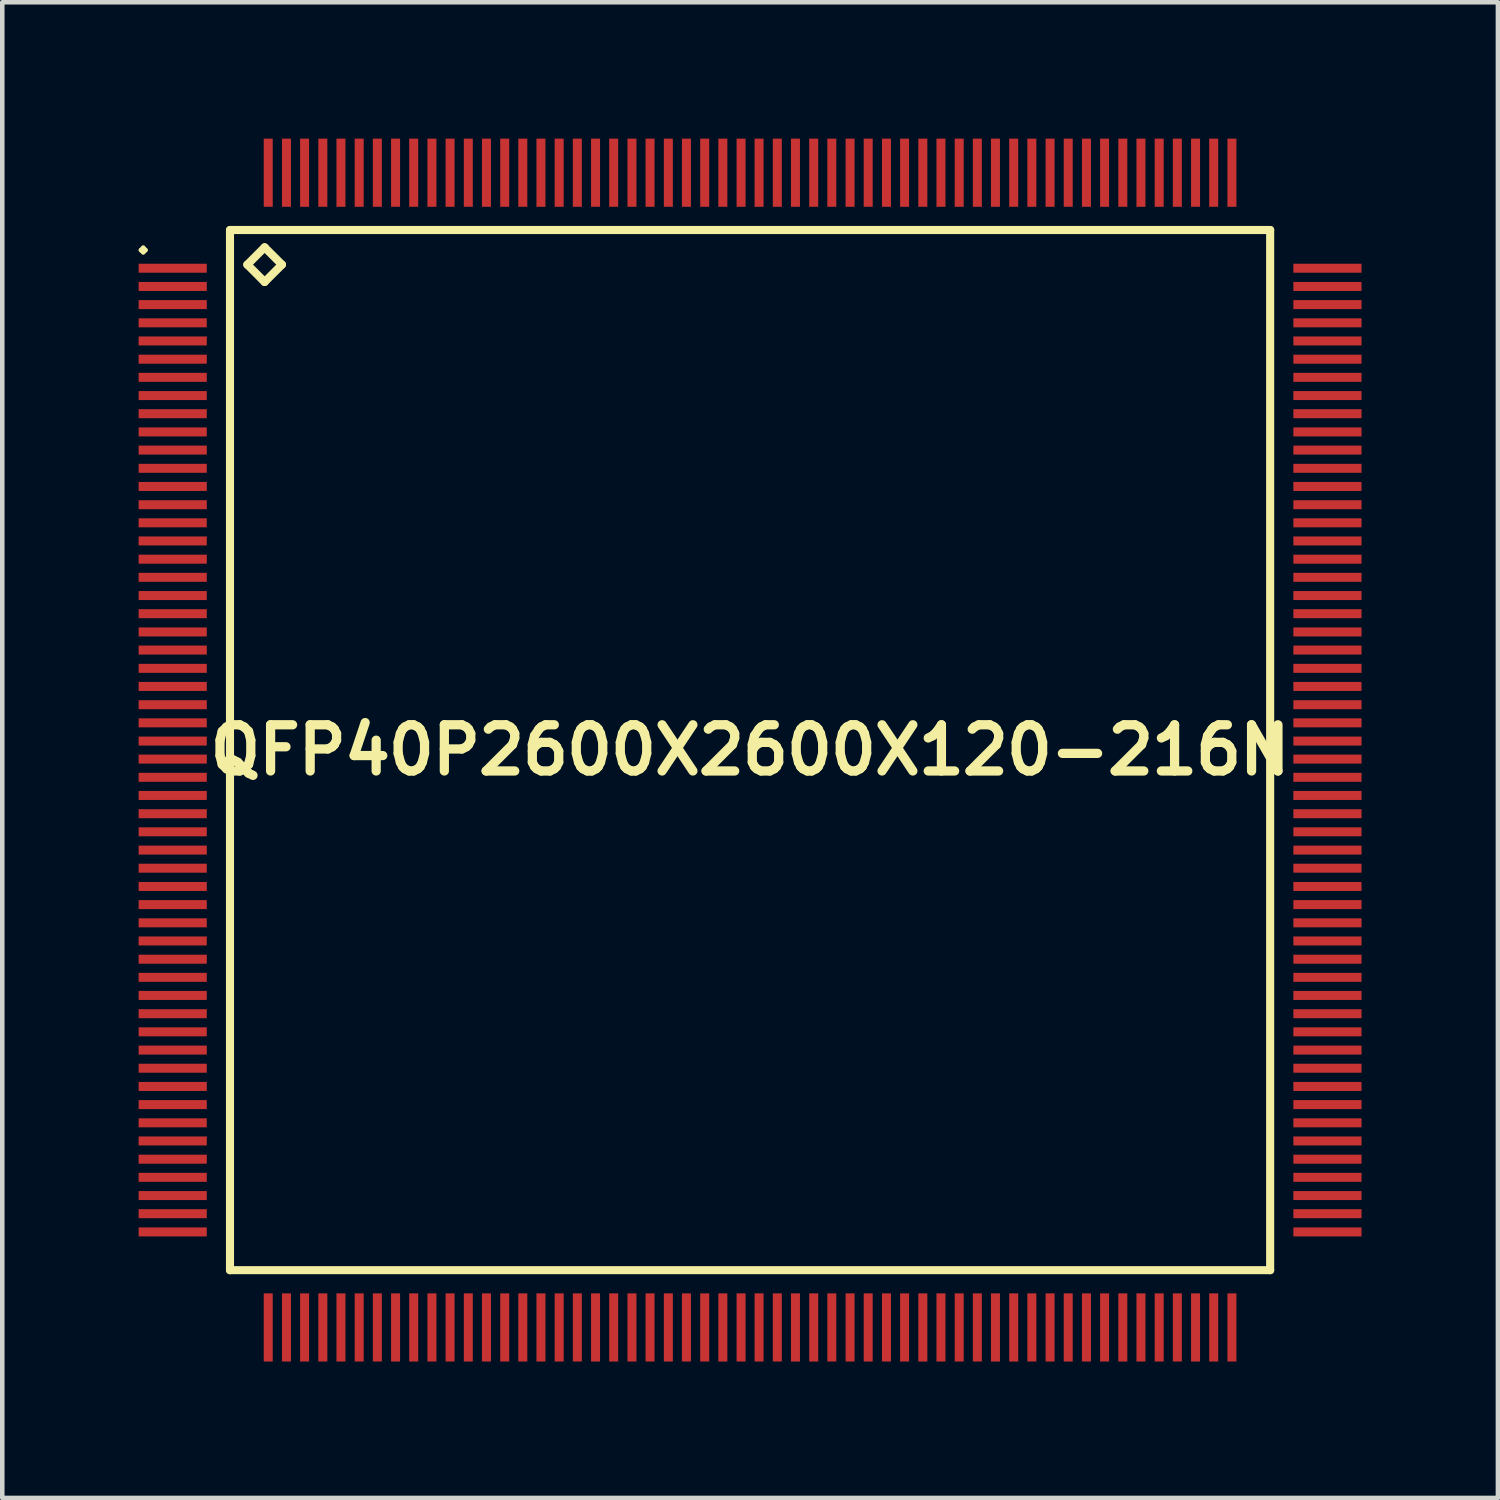
<source format=kicad_pcb>
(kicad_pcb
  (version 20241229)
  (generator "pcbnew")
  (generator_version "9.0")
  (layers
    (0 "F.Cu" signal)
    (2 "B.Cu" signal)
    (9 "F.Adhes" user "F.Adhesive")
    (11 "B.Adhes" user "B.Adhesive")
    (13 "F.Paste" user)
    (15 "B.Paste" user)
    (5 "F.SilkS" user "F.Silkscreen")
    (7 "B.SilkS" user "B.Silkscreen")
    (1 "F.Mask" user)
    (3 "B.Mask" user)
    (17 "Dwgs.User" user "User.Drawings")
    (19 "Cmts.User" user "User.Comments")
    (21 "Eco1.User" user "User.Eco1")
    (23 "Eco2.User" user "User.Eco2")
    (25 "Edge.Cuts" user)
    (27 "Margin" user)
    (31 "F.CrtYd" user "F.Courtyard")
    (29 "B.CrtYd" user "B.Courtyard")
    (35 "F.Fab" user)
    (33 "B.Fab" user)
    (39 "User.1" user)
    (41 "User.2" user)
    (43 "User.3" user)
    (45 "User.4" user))
  (footprint "QFP40P2600X2600X120-216N"
    (layer "F.Cu")
    (at 13.449 13.449)
    (property "Reference" "QFP40P2600X2600X120-216N" (at 0 0 0) (layer "F.SilkS") (effects (font (size 1.016 1.016) (thickness 0.203))))
    (attr smd)
    (fp_line (start -13.399 -10.998) (end -13.348 -11.049) (stroke (width 0.099) (type solid)) (layer "F.SilkS"))
    (fp_line (start -13.348 -11.049) (end -13.299 -10.998) (stroke (width 0.099) (type solid)) (layer "F.SilkS"))
    (fp_line (start -13.348 -10.95) (end -13.399 -10.998) (stroke (width 0.099) (type solid)) (layer "F.SilkS"))
    (fp_line (start -13.299 -10.998) (end -13.348 -10.95) (stroke (width 0.099) (type solid)) (layer "F.SilkS"))
    (fp_line (start -11.44 -11.44) (end -11.44 11.44) (stroke (width 0.178) (type solid)) (layer "F.SilkS"))
    (fp_line (start -11.44 11.44) (end 11.44 11.44) (stroke (width 0.178) (type solid)) (layer "F.SilkS"))
    (fp_line (start -11.059 -10.678) (end -10.678 -11.059) (stroke (width 0.178) (type solid)) (layer "F.SilkS"))
    (fp_line (start -10.678 -11.059) (end -10.297 -10.678) (stroke (width 0.178) (type solid)) (layer "F.SilkS"))
    (fp_line (start -10.678 -10.297) (end -11.059 -10.678) (stroke (width 0.178) (type solid)) (layer "F.SilkS"))
    (fp_line (start -10.297 -10.678) (end -10.678 -10.297) (stroke (width 0.178) (type solid)) (layer "F.SilkS"))
    (fp_line (start 11.44 -11.44) (end -11.44 -11.44) (stroke (width 0.178) (type solid)) (layer "F.SilkS"))
    (fp_line (start 11.44 11.44) (end 11.44 -11.44) (stroke (width 0.178) (type solid)) (layer "F.SilkS"))
    (pad "1" smd rect (at -12.7 -10.599) (size 1.499 0.198) (layers "F.Cu" "F.Mask" "F.Paste"))
    (pad "2" smd rect (at -12.7 -10.198) (size 1.499 0.198) (layers "F.Cu" "F.Mask" "F.Paste"))
    (pad "3" smd rect (at -12.7 -9.799) (size 1.499 0.198) (layers "F.Cu" "F.Mask" "F.Paste"))
    (pad "4" smd rect (at -12.7 -9.398) (size 1.499 0.198) (layers "F.Cu" "F.Mask" "F.Paste"))
    (pad "5" smd rect (at -12.7 -8.999) (size 1.499 0.198) (layers "F.Cu" "F.Mask" "F.Paste"))
    (pad "6" smd rect (at -12.7 -8.598) (size 1.499 0.198) (layers "F.Cu" "F.Mask" "F.Paste"))
    (pad "7" smd rect (at -12.7 -8.199) (size 1.499 0.198) (layers "F.Cu" "F.Mask" "F.Paste"))
    (pad "8" smd rect (at -12.7 -7.798) (size 1.499 0.198) (layers "F.Cu" "F.Mask" "F.Paste"))
    (pad "9" smd rect (at -12.7 -7.399) (size 1.499 0.198) (layers "F.Cu" "F.Mask" "F.Paste"))
    (pad "10" smd rect (at -12.7 -6.998) (size 1.499 0.198) (layers "F.Cu" "F.Mask" "F.Paste"))
    (pad "11" smd rect (at -12.7 -6.599) (size 1.499 0.198) (layers "F.Cu" "F.Mask" "F.Paste"))
    (pad "12" smd rect (at -12.7 -6.198) (size 1.499 0.198) (layers "F.Cu" "F.Mask" "F.Paste"))
    (pad "13" smd rect (at -12.7 -5.799) (size 1.499 0.198) (layers "F.Cu" "F.Mask" "F.Paste"))
    (pad "14" smd rect (at -12.7 -5.397) (size 1.499 0.198) (layers "F.Cu" "F.Mask" "F.Paste"))
    (pad "15" smd rect (at -12.7 -4.999) (size 1.499 0.198) (layers "F.Cu" "F.Mask" "F.Paste"))
    (pad "16" smd rect (at -12.7 -4.6) (size 1.499 0.198) (layers "F.Cu" "F.Mask" "F.Paste"))
    (pad "17" smd rect (at -12.7 -4.199) (size 1.499 0.198) (layers "F.Cu" "F.Mask" "F.Paste"))
    (pad "18" smd rect (at -12.7 -3.8) (size 1.499 0.198) (layers "F.Cu" "F.Mask" "F.Paste"))
    (pad "19" smd rect (at -12.7 -3.399) (size 1.499 0.198) (layers "F.Cu" "F.Mask" "F.Paste"))
    (pad "20" smd rect (at -12.7 -3) (size 1.499 0.198) (layers "F.Cu" "F.Mask" "F.Paste"))
    (pad "21" smd rect (at -12.7 -2.598) (size 1.499 0.198) (layers "F.Cu" "F.Mask" "F.Paste"))
    (pad "22" smd rect (at -12.7 -2.2) (size 1.499 0.198) (layers "F.Cu" "F.Mask" "F.Paste"))
    (pad "23" smd rect (at -12.7 -1.798) (size 1.499 0.198) (layers "F.Cu" "F.Mask" "F.Paste"))
    (pad "24" smd rect (at -12.7 -1.4) (size 1.499 0.198) (layers "F.Cu" "F.Mask" "F.Paste"))
    (pad "25" smd rect (at -12.7 -0.998) (size 1.499 0.198) (layers "F.Cu" "F.Mask" "F.Paste"))
    (pad "26" smd rect (at -12.7 -0.599) (size 1.499 0.198) (layers "F.Cu" "F.Mask" "F.Paste"))
    (pad "27" smd rect (at -12.7 -0.198) (size 1.499 0.198) (layers "F.Cu" "F.Mask" "F.Paste"))
    (pad "28" smd rect (at -12.7 0.198) (size 1.499 0.198) (layers "F.Cu" "F.Mask" "F.Paste"))
    (pad "29" smd rect (at -12.7 0.599) (size 1.499 0.198) (layers "F.Cu" "F.Mask" "F.Paste"))
    (pad "30" smd rect (at -12.7 0.998) (size 1.499 0.198) (layers "F.Cu" "F.Mask" "F.Paste"))
    (pad "31" smd rect (at -12.7 1.4) (size 1.499 0.198) (layers "F.Cu" "F.Mask" "F.Paste"))
    (pad "32" smd rect (at -12.7 1.798) (size 1.499 0.198) (layers "F.Cu" "F.Mask" "F.Paste"))
    (pad "33" smd rect (at -12.7 2.2) (size 1.499 0.198) (layers "F.Cu" "F.Mask" "F.Paste"))
    (pad "34" smd rect (at -12.7 2.598) (size 1.499 0.198) (layers "F.Cu" "F.Mask" "F.Paste"))
    (pad "35" smd rect (at -12.7 3) (size 1.499 0.198) (layers "F.Cu" "F.Mask" "F.Paste"))
    (pad "36" smd rect (at -12.7 3.399) (size 1.499 0.198) (layers "F.Cu" "F.Mask" "F.Paste"))
    (pad "37" smd rect (at -12.7 3.8) (size 1.499 0.198) (layers "F.Cu" "F.Mask" "F.Paste"))
    (pad "38" smd rect (at -12.7 4.199) (size 1.499 0.198) (layers "F.Cu" "F.Mask" "F.Paste"))
    (pad "39" smd rect (at -12.7 4.6) (size 1.499 0.198) (layers "F.Cu" "F.Mask" "F.Paste"))
    (pad "40" smd rect (at -12.7 4.999) (size 1.499 0.198) (layers "F.Cu" "F.Mask" "F.Paste"))
    (pad "41" smd rect (at -12.7 5.397) (size 1.499 0.198) (layers "F.Cu" "F.Mask" "F.Paste"))
    (pad "42" smd rect (at -12.7 5.799) (size 1.499 0.198) (layers "F.Cu" "F.Mask" "F.Paste"))
    (pad "43" smd rect (at -12.7 6.198) (size 1.499 0.198) (layers "F.Cu" "F.Mask" "F.Paste"))
    (pad "44" smd rect (at -12.7 6.599) (size 1.499 0.198) (layers "F.Cu" "F.Mask" "F.Paste"))
    (pad "45" smd rect (at -12.7 6.998) (size 1.499 0.198) (layers "F.Cu" "F.Mask" "F.Paste"))
    (pad "46" smd rect (at -12.7 7.399) (size 1.499 0.198) (layers "F.Cu" "F.Mask" "F.Paste"))
    (pad "47" smd rect (at -12.7 7.798) (size 1.499 0.198) (layers "F.Cu" "F.Mask" "F.Paste"))
    (pad "48" smd rect (at -12.7 8.199) (size 1.499 0.198) (layers "F.Cu" "F.Mask" "F.Paste"))
    (pad "49" smd rect (at -12.7 8.598) (size 1.499 0.198) (layers "F.Cu" "F.Mask" "F.Paste"))
    (pad "50" smd rect (at -12.7 8.999) (size 1.499 0.198) (layers "F.Cu" "F.Mask" "F.Paste"))
    (pad "51" smd rect (at -12.7 9.398) (size 1.499 0.198) (layers "F.Cu" "F.Mask" "F.Paste"))
    (pad "52" smd rect (at -12.7 9.799) (size 1.499 0.198) (layers "F.Cu" "F.Mask" "F.Paste"))
    (pad "53" smd rect (at -12.7 10.198) (size 1.499 0.198) (layers "F.Cu" "F.Mask" "F.Paste"))
    (pad "54" smd rect (at -12.7 10.599) (size 1.499 0.198) (layers "F.Cu" "F.Mask" "F.Paste"))
    (pad "55" smd rect (at -10.599 12.7) (size 0.198 1.499) (layers "F.Cu" "F.Mask" "F.Paste"))
    (pad "56" smd rect (at -10.198 12.7) (size 0.198 1.499) (layers "F.Cu" "F.Mask" "F.Paste"))
    (pad "57" smd rect (at -9.799 12.7) (size 0.198 1.499) (layers "F.Cu" "F.Mask" "F.Paste"))
    (pad "58" smd rect (at -9.398 12.7) (size 0.198 1.499) (layers "F.Cu" "F.Mask" "F.Paste"))
    (pad "59" smd rect (at -8.999 12.7) (size 0.198 1.499) (layers "F.Cu" "F.Mask" "F.Paste"))
    (pad "60" smd rect (at -8.598 12.7) (size 0.198 1.499) (layers "F.Cu" "F.Mask" "F.Paste"))
    (pad "61" smd rect (at -8.199 12.7) (size 0.198 1.499) (layers "F.Cu" "F.Mask" "F.Paste"))
    (pad "62" smd rect (at -7.798 12.7) (size 0.198 1.499) (layers "F.Cu" "F.Mask" "F.Paste"))
    (pad "63" smd rect (at -7.399 12.7) (size 0.198 1.499) (layers "F.Cu" "F.Mask" "F.Paste"))
    (pad "64" smd rect (at -6.998 12.7) (size 0.198 1.499) (layers "F.Cu" "F.Mask" "F.Paste"))
    (pad "65" smd rect (at -6.599 12.7) (size 0.198 1.499) (layers "F.Cu" "F.Mask" "F.Paste"))
    (pad "66" smd rect (at -6.198 12.7) (size 0.198 1.499) (layers "F.Cu" "F.Mask" "F.Paste"))
    (pad "67" smd rect (at -5.799 12.7) (size 0.198 1.499) (layers "F.Cu" "F.Mask" "F.Paste"))
    (pad "68" smd rect (at -5.397 12.7) (size 0.198 1.499) (layers "F.Cu" "F.Mask" "F.Paste"))
    (pad "69" smd rect (at -4.999 12.7) (size 0.198 1.499) (layers "F.Cu" "F.Mask" "F.Paste"))
    (pad "70" smd rect (at -4.6 12.7) (size 0.198 1.499) (layers "F.Cu" "F.Mask" "F.Paste"))
    (pad "71" smd rect (at -4.199 12.7) (size 0.198 1.499) (layers "F.Cu" "F.Mask" "F.Paste"))
    (pad "72" smd rect (at -3.8 12.7) (size 0.198 1.499) (layers "F.Cu" "F.Mask" "F.Paste"))
    (pad "73" smd rect (at -3.399 12.7) (size 0.198 1.499) (layers "F.Cu" "F.Mask" "F.Paste"))
    (pad "74" smd rect (at -3 12.7) (size 0.198 1.499) (layers "F.Cu" "F.Mask" "F.Paste"))
    (pad "75" smd rect (at -2.598 12.7) (size 0.198 1.499) (layers "F.Cu" "F.Mask" "F.Paste"))
    (pad "76" smd rect (at -2.2 12.7) (size 0.198 1.499) (layers "F.Cu" "F.Mask" "F.Paste"))
    (pad "77" smd rect (at -1.798 12.7) (size 0.198 1.499) (layers "F.Cu" "F.Mask" "F.Paste"))
    (pad "78" smd rect (at -1.4 12.7) (size 0.198 1.499) (layers "F.Cu" "F.Mask" "F.Paste"))
    (pad "79" smd rect (at -0.998 12.7) (size 0.198 1.499) (layers "F.Cu" "F.Mask" "F.Paste"))
    (pad "80" smd rect (at -0.599 12.7) (size 0.198 1.499) (layers "F.Cu" "F.Mask" "F.Paste"))
    (pad "81" smd rect (at -0.198 12.7) (size 0.198 1.499) (layers "F.Cu" "F.Mask" "F.Paste"))
    (pad "82" smd rect (at 0.198 12.7) (size 0.198 1.499) (layers "F.Cu" "F.Mask" "F.Paste"))
    (pad "83" smd rect (at 0.599 12.7) (size 0.198 1.499) (layers "F.Cu" "F.Mask" "F.Paste"))
    (pad "84" smd rect (at 0.998 12.7) (size 0.198 1.499) (layers "F.Cu" "F.Mask" "F.Paste"))
    (pad "85" smd rect (at 1.4 12.7) (size 0.198 1.499) (layers "F.Cu" "F.Mask" "F.Paste"))
    (pad "86" smd rect (at 1.798 12.7) (size 0.198 1.499) (layers "F.Cu" "F.Mask" "F.Paste"))
    (pad "87" smd rect (at 2.2 12.7) (size 0.198 1.499) (layers "F.Cu" "F.Mask" "F.Paste"))
    (pad "88" smd rect (at 2.598 12.7) (size 0.198 1.499) (layers "F.Cu" "F.Mask" "F.Paste"))
    (pad "89" smd rect (at 3 12.7) (size 0.198 1.499) (layers "F.Cu" "F.Mask" "F.Paste"))
    (pad "90" smd rect (at 3.399 12.7) (size 0.198 1.499) (layers "F.Cu" "F.Mask" "F.Paste"))
    (pad "91" smd rect (at 3.8 12.7) (size 0.198 1.499) (layers "F.Cu" "F.Mask" "F.Paste"))
    (pad "92" smd rect (at 4.199 12.7) (size 0.198 1.499) (layers "F.Cu" "F.Mask" "F.Paste"))
    (pad "93" smd rect (at 4.6 12.7) (size 0.198 1.499) (layers "F.Cu" "F.Mask" "F.Paste"))
    (pad "94" smd rect (at 4.999 12.7) (size 0.198 1.499) (layers "F.Cu" "F.Mask" "F.Paste"))
    (pad "95" smd rect (at 5.397 12.7) (size 0.198 1.499) (layers "F.Cu" "F.Mask" "F.Paste"))
    (pad "96" smd rect (at 5.799 12.7) (size 0.198 1.499) (layers "F.Cu" "F.Mask" "F.Paste"))
    (pad "97" smd rect (at 6.198 12.7) (size 0.198 1.499) (layers "F.Cu" "F.Mask" "F.Paste"))
    (pad "98" smd rect (at 6.599 12.7) (size 0.198 1.499) (layers "F.Cu" "F.Mask" "F.Paste"))
    (pad "99" smd rect (at 6.998 12.7) (size 0.198 1.499) (layers "F.Cu" "F.Mask" "F.Paste"))
    (pad "100" smd rect (at 7.399 12.7) (size 0.198 1.499) (layers "F.Cu" "F.Mask" "F.Paste"))
    (pad "101" smd rect (at 7.798 12.7) (size 0.198 1.499) (layers "F.Cu" "F.Mask" "F.Paste"))
    (pad "102" smd rect (at 8.199 12.7) (size 0.198 1.499) (layers "F.Cu" "F.Mask" "F.Paste"))
    (pad "103" smd rect (at 8.598 12.7) (size 0.198 1.499) (layers "F.Cu" "F.Mask" "F.Paste"))
    (pad "104" smd rect (at 8.999 12.7) (size 0.198 1.499) (layers "F.Cu" "F.Mask" "F.Paste"))
    (pad "105" smd rect (at 9.398 12.7) (size 0.198 1.499) (layers "F.Cu" "F.Mask" "F.Paste"))
    (pad "106" smd rect (at 9.799 12.7) (size 0.198 1.499) (layers "F.Cu" "F.Mask" "F.Paste"))
    (pad "107" smd rect (at 10.198 12.7) (size 0.198 1.499) (layers "F.Cu" "F.Mask" "F.Paste"))
    (pad "108" smd rect (at 10.599 12.7) (size 0.198 1.499) (layers "F.Cu" "F.Mask" "F.Paste"))
    (pad "109" smd rect (at 12.7 10.599) (size 1.499 0.198) (layers "F.Cu" "F.Mask" "F.Paste"))
    (pad "110" smd rect (at 12.7 10.198) (size 1.499 0.198) (layers "F.Cu" "F.Mask" "F.Paste"))
    (pad "111" smd rect (at 12.7 9.799) (size 1.499 0.198) (layers "F.Cu" "F.Mask" "F.Paste"))
    (pad "112" smd rect (at 12.7 9.398) (size 1.499 0.198) (layers "F.Cu" "F.Mask" "F.Paste"))
    (pad "113" smd rect (at 12.7 8.999) (size 1.499 0.198) (layers "F.Cu" "F.Mask" "F.Paste"))
    (pad "114" smd rect (at 12.7 8.598) (size 1.499 0.198) (layers "F.Cu" "F.Mask" "F.Paste"))
    (pad "115" smd rect (at 12.7 8.199) (size 1.499 0.198) (layers "F.Cu" "F.Mask" "F.Paste"))
    (pad "116" smd rect (at 12.7 7.798) (size 1.499 0.198) (layers "F.Cu" "F.Mask" "F.Paste"))
    (pad "117" smd rect (at 12.7 7.399) (size 1.499 0.198) (layers "F.Cu" "F.Mask" "F.Paste"))
    (pad "118" smd rect (at 12.7 6.998) (size 1.499 0.198) (layers "F.Cu" "F.Mask" "F.Paste"))
    (pad "119" smd rect (at 12.7 6.599) (size 1.499 0.198) (layers "F.Cu" "F.Mask" "F.Paste"))
    (pad "120" smd rect (at 12.7 6.198) (size 1.499 0.198) (layers "F.Cu" "F.Mask" "F.Paste"))
    (pad "121" smd rect (at 12.7 5.799) (size 1.499 0.198) (layers "F.Cu" "F.Mask" "F.Paste"))
    (pad "122" smd rect (at 12.7 5.397) (size 1.499 0.198) (layers "F.Cu" "F.Mask" "F.Paste"))
    (pad "123" smd rect (at 12.7 4.999) (size 1.499 0.198) (layers "F.Cu" "F.Mask" "F.Paste"))
    (pad "124" smd rect (at 12.7 4.6) (size 1.499 0.198) (layers "F.Cu" "F.Mask" "F.Paste"))
    (pad "125" smd rect (at 12.7 4.199) (size 1.499 0.198) (layers "F.Cu" "F.Mask" "F.Paste"))
    (pad "126" smd rect (at 12.7 3.8) (size 1.499 0.198) (layers "F.Cu" "F.Mask" "F.Paste"))
    (pad "127" smd rect (at 12.7 3.399) (size 1.499 0.198) (layers "F.Cu" "F.Mask" "F.Paste"))
    (pad "128" smd rect (at 12.7 3) (size 1.499 0.198) (layers "F.Cu" "F.Mask" "F.Paste"))
    (pad "129" smd rect (at 12.7 2.598) (size 1.499 0.198) (layers "F.Cu" "F.Mask" "F.Paste"))
    (pad "130" smd rect (at 12.7 2.2) (size 1.499 0.198) (layers "F.Cu" "F.Mask" "F.Paste"))
    (pad "131" smd rect (at 12.7 1.798) (size 1.499 0.198) (layers "F.Cu" "F.Mask" "F.Paste"))
    (pad "132" smd rect (at 12.7 1.4) (size 1.499 0.198) (layers "F.Cu" "F.Mask" "F.Paste"))
    (pad "133" smd rect (at 12.7 0.998) (size 1.499 0.198) (layers "F.Cu" "F.Mask" "F.Paste"))
    (pad "134" smd rect (at 12.7 0.599) (size 1.499 0.198) (layers "F.Cu" "F.Mask" "F.Paste"))
    (pad "135" smd rect (at 12.7 0.198) (size 1.499 0.198) (layers "F.Cu" "F.Mask" "F.Paste"))
    (pad "136" smd rect (at 12.7 -0.198) (size 1.499 0.198) (layers "F.Cu" "F.Mask" "F.Paste"))
    (pad "137" smd rect (at 12.7 -0.599) (size 1.499 0.198) (layers "F.Cu" "F.Mask" "F.Paste"))
    (pad "138" smd rect (at 12.7 -0.998) (size 1.499 0.198) (layers "F.Cu" "F.Mask" "F.Paste"))
    (pad "139" smd rect (at 12.7 -1.4) (size 1.499 0.198) (layers "F.Cu" "F.Mask" "F.Paste"))
    (pad "140" smd rect (at 12.7 -1.798) (size 1.499 0.198) (layers "F.Cu" "F.Mask" "F.Paste"))
    (pad "141" smd rect (at 12.7 -2.2) (size 1.499 0.198) (layers "F.Cu" "F.Mask" "F.Paste"))
    (pad "142" smd rect (at 12.7 -2.598) (size 1.499 0.198) (layers "F.Cu" "F.Mask" "F.Paste"))
    (pad "143" smd rect (at 12.7 -3) (size 1.499 0.198) (layers "F.Cu" "F.Mask" "F.Paste"))
    (pad "144" smd rect (at 12.7 -3.399) (size 1.499 0.198) (layers "F.Cu" "F.Mask" "F.Paste"))
    (pad "145" smd rect (at 12.7 -3.8) (size 1.499 0.198) (layers "F.Cu" "F.Mask" "F.Paste"))
    (pad "146" smd rect (at 12.7 -4.199) (size 1.499 0.198) (layers "F.Cu" "F.Mask" "F.Paste"))
    (pad "147" smd rect (at 12.7 -4.6) (size 1.499 0.198) (layers "F.Cu" "F.Mask" "F.Paste"))
    (pad "148" smd rect (at 12.7 -4.999) (size 1.499 0.198) (layers "F.Cu" "F.Mask" "F.Paste"))
    (pad "149" smd rect (at 12.7 -5.397) (size 1.499 0.198) (layers "F.Cu" "F.Mask" "F.Paste"))
    (pad "150" smd rect (at 12.7 -5.799) (size 1.499 0.198) (layers "F.Cu" "F.Mask" "F.Paste"))
    (pad "151" smd rect (at 12.7 -6.198) (size 1.499 0.198) (layers "F.Cu" "F.Mask" "F.Paste"))
    (pad "152" smd rect (at 12.7 -6.599) (size 1.499 0.198) (layers "F.Cu" "F.Mask" "F.Paste"))
    (pad "153" smd rect (at 12.7 -6.998) (size 1.499 0.198) (layers "F.Cu" "F.Mask" "F.Paste"))
    (pad "154" smd rect (at 12.7 -7.399) (size 1.499 0.198) (layers "F.Cu" "F.Mask" "F.Paste"))
    (pad "155" smd rect (at 12.7 -7.798) (size 1.499 0.198) (layers "F.Cu" "F.Mask" "F.Paste"))
    (pad "156" smd rect (at 12.7 -8.199) (size 1.499 0.198) (layers "F.Cu" "F.Mask" "F.Paste"))
    (pad "157" smd rect (at 12.7 -8.598) (size 1.499 0.198) (layers "F.Cu" "F.Mask" "F.Paste"))
    (pad "158" smd rect (at 12.7 -8.999) (size 1.499 0.198) (layers "F.Cu" "F.Mask" "F.Paste"))
    (pad "159" smd rect (at 12.7 -9.398) (size 1.499 0.198) (layers "F.Cu" "F.Mask" "F.Paste"))
    (pad "160" smd rect (at 12.7 -9.799) (size 1.499 0.198) (layers "F.Cu" "F.Mask" "F.Paste"))
    (pad "161" smd rect (at 12.7 -10.198) (size 1.499 0.198) (layers "F.Cu" "F.Mask" "F.Paste"))
    (pad "162" smd rect (at 12.7 -10.599) (size 1.499 0.198) (layers "F.Cu" "F.Mask" "F.Paste"))
    (pad "163" smd rect (at 10.599 -12.7) (size 0.198 1.499) (layers "F.Cu" "F.Mask" "F.Paste"))
    (pad "164" smd rect (at 10.198 -12.7) (size 0.198 1.499) (layers "F.Cu" "F.Mask" "F.Paste"))
    (pad "165" smd rect (at 9.799 -12.7) (size 0.198 1.499) (layers "F.Cu" "F.Mask" "F.Paste"))
    (pad "166" smd rect (at 9.398 -12.7) (size 0.198 1.499) (layers "F.Cu" "F.Mask" "F.Paste"))
    (pad "167" smd rect (at 8.999 -12.7) (size 0.198 1.499) (layers "F.Cu" "F.Mask" "F.Paste"))
    (pad "168" smd rect (at 8.598 -12.7) (size 0.198 1.499) (layers "F.Cu" "F.Mask" "F.Paste"))
    (pad "169" smd rect (at 8.199 -12.7) (size 0.198 1.499) (layers "F.Cu" "F.Mask" "F.Paste"))
    (pad "170" smd rect (at 7.798 -12.7) (size 0.198 1.499) (layers "F.Cu" "F.Mask" "F.Paste"))
    (pad "171" smd rect (at 7.399 -12.7) (size 0.198 1.499) (layers "F.Cu" "F.Mask" "F.Paste"))
    (pad "172" smd rect (at 6.998 -12.7) (size 0.198 1.499) (layers "F.Cu" "F.Mask" "F.Paste"))
    (pad "173" smd rect (at 6.599 -12.7) (size 0.198 1.499) (layers "F.Cu" "F.Mask" "F.Paste"))
    (pad "174" smd rect (at 6.198 -12.7) (size 0.198 1.499) (layers "F.Cu" "F.Mask" "F.Paste"))
    (pad "175" smd rect (at 5.799 -12.7) (size 0.198 1.499) (layers "F.Cu" "F.Mask" "F.Paste"))
    (pad "176" smd rect (at 5.397 -12.7) (size 0.198 1.499) (layers "F.Cu" "F.Mask" "F.Paste"))
    (pad "177" smd rect (at 4.999 -12.7) (size 0.198 1.499) (layers "F.Cu" "F.Mask" "F.Paste"))
    (pad "178" smd rect (at 4.6 -12.7) (size 0.198 1.499) (layers "F.Cu" "F.Mask" "F.Paste"))
    (pad "179" smd rect (at 4.199 -12.7) (size 0.198 1.499) (layers "F.Cu" "F.Mask" "F.Paste"))
    (pad "180" smd rect (at 3.8 -12.7) (size 0.198 1.499) (layers "F.Cu" "F.Mask" "F.Paste"))
    (pad "181" smd rect (at 3.399 -12.7) (size 0.198 1.499) (layers "F.Cu" "F.Mask" "F.Paste"))
    (pad "182" smd rect (at 3 -12.7) (size 0.198 1.499) (layers "F.Cu" "F.Mask" "F.Paste"))
    (pad "183" smd rect (at 2.598 -12.7) (size 0.198 1.499) (layers "F.Cu" "F.Mask" "F.Paste"))
    (pad "184" smd rect (at 2.2 -12.7) (size 0.198 1.499) (layers "F.Cu" "F.Mask" "F.Paste"))
    (pad "185" smd rect (at 1.798 -12.7) (size 0.198 1.499) (layers "F.Cu" "F.Mask" "F.Paste"))
    (pad "186" smd rect (at 1.4 -12.7) (size 0.198 1.499) (layers "F.Cu" "F.Mask" "F.Paste"))
    (pad "187" smd rect (at 0.998 -12.7) (size 0.198 1.499) (layers "F.Cu" "F.Mask" "F.Paste"))
    (pad "188" smd rect (at 0.599 -12.7) (size 0.198 1.499) (layers "F.Cu" "F.Mask" "F.Paste"))
    (pad "189" smd rect (at 0.198 -12.7) (size 0.198 1.499) (layers "F.Cu" "F.Mask" "F.Paste"))
    (pad "190" smd rect (at -0.198 -12.7) (size 0.198 1.499) (layers "F.Cu" "F.Mask" "F.Paste"))
    (pad "191" smd rect (at -0.599 -12.7) (size 0.198 1.499) (layers "F.Cu" "F.Mask" "F.Paste"))
    (pad "192" smd rect (at -0.998 -12.7) (size 0.198 1.499) (layers "F.Cu" "F.Mask" "F.Paste"))
    (pad "193" smd rect (at -1.4 -12.7) (size 0.198 1.499) (layers "F.Cu" "F.Mask" "F.Paste"))
    (pad "194" smd rect (at -1.798 -12.7) (size 0.198 1.499) (layers "F.Cu" "F.Mask" "F.Paste"))
    (pad "195" smd rect (at -2.2 -12.7) (size 0.198 1.499) (layers "F.Cu" "F.Mask" "F.Paste"))
    (pad "196" smd rect (at -2.598 -12.7) (size 0.198 1.499) (layers "F.Cu" "F.Mask" "F.Paste"))
    (pad "197" smd rect (at -3 -12.7) (size 0.198 1.499) (layers "F.Cu" "F.Mask" "F.Paste"))
    (pad "198" smd rect (at -3.399 -12.7) (size 0.198 1.499) (layers "F.Cu" "F.Mask" "F.Paste"))
    (pad "199" smd rect (at -3.8 -12.7) (size 0.198 1.499) (layers "F.Cu" "F.Mask" "F.Paste"))
    (pad "200" smd rect (at -4.199 -12.7) (size 0.198 1.499) (layers "F.Cu" "F.Mask" "F.Paste"))
    (pad "201" smd rect (at -4.6 -12.7) (size 0.198 1.499) (layers "F.Cu" "F.Mask" "F.Paste"))
    (pad "202" smd rect (at -4.999 -12.7) (size 0.198 1.499) (layers "F.Cu" "F.Mask" "F.Paste"))
    (pad "203" smd rect (at -5.397 -12.7) (size 0.198 1.499) (layers "F.Cu" "F.Mask" "F.Paste"))
    (pad "204" smd rect (at -5.799 -12.7) (size 0.198 1.499) (layers "F.Cu" "F.Mask" "F.Paste"))
    (pad "205" smd rect (at -6.198 -12.7) (size 0.198 1.499) (layers "F.Cu" "F.Mask" "F.Paste"))
    (pad "206" smd rect (at -6.599 -12.7) (size 0.198 1.499) (layers "F.Cu" "F.Mask" "F.Paste"))
    (pad "207" smd rect (at -6.998 -12.7) (size 0.198 1.499) (layers "F.Cu" "F.Mask" "F.Paste"))
    (pad "208" smd rect (at -7.399 -12.7) (size 0.198 1.499) (layers "F.Cu" "F.Mask" "F.Paste"))
    (pad "209" smd rect (at -7.798 -12.7) (size 0.198 1.499) (layers "F.Cu" "F.Mask" "F.Paste"))
    (pad "210" smd rect (at -8.199 -12.7) (size 0.198 1.499) (layers "F.Cu" "F.Mask" "F.Paste"))
    (pad "211" smd rect (at -8.598 -12.7) (size 0.198 1.499) (layers "F.Cu" "F.Mask" "F.Paste"))
    (pad "212" smd rect (at -8.999 -12.7) (size 0.198 1.499) (layers "F.Cu" "F.Mask" "F.Paste"))
    (pad "213" smd rect (at -9.398 -12.7) (size 0.198 1.499) (layers "F.Cu" "F.Mask" "F.Paste"))
    (pad "214" smd rect (at -9.799 -12.7) (size 0.198 1.499) (layers "F.Cu" "F.Mask" "F.Paste"))
    (pad "215" smd rect (at -10.198 -12.7) (size 0.198 1.499) (layers "F.Cu" "F.Mask" "F.Paste"))
    (pad "216" smd rect (at -10.599 -12.7) (size 0.198 1.499) (layers "F.Cu" "F.Mask" "F.Paste")))
  (gr_rect
    (start -3 -3)
    (end 29.899 29.899)
    (stroke (width 0.1) (type default))
    (fill no)
    (layer "Edge.Cuts")))
</source>
